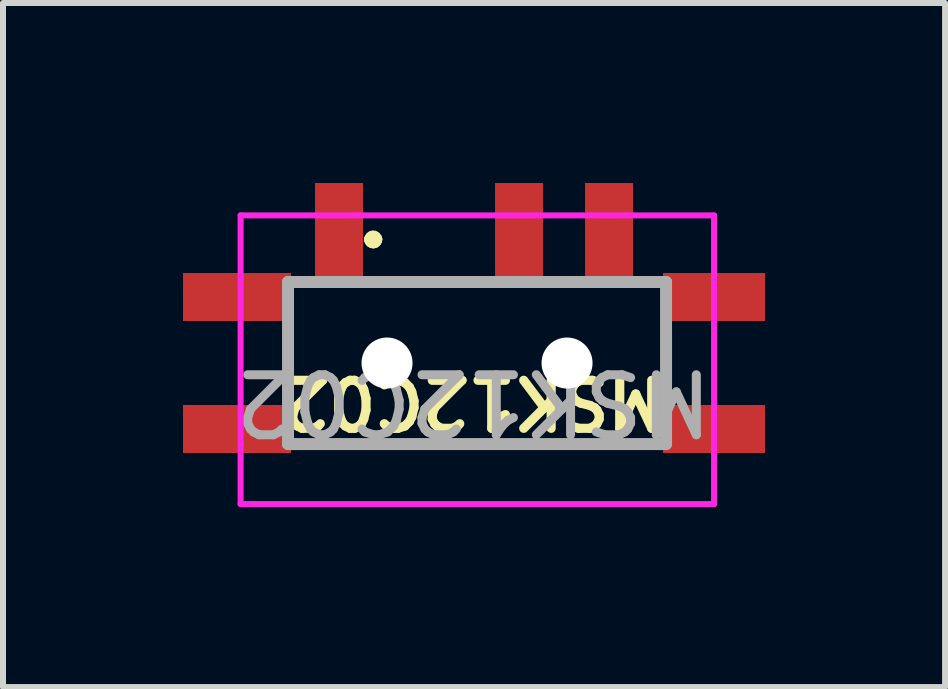
<source format=kicad_pcb>
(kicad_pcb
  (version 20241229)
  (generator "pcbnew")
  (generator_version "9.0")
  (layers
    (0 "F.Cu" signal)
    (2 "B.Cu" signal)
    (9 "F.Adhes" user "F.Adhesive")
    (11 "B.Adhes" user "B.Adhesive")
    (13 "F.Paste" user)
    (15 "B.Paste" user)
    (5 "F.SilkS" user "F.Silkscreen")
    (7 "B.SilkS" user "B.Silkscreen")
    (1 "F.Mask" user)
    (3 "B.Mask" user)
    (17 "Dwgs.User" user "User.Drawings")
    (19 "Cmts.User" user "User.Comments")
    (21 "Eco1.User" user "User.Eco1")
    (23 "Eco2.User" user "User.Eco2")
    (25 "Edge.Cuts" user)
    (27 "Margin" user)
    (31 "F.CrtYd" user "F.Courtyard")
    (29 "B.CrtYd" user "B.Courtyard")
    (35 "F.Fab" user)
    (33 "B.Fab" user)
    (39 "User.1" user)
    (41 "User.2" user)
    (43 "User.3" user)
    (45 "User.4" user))
  (footprint "MSK12C02"
    (layer "F.Cu")
    (at 4.9 3)
    (property "Reference" "MSK12C02" (at -0.06 0.65 180) (unlocked yes) (layer "F.SilkS") (effects (font (size 0.8 0.8) (thickness 0.153))))
    (attr smd)
    (fp_line (start -3.15 -0.25) (end -3.15 -0.25) (stroke (width 0.1) (type solid)) (layer "F.SilkS"))
    (fp_line (start -3.15 -0.25) (end -3.15 0.25) (stroke (width 0.1) (type solid)) (layer "F.SilkS"))
    (fp_line (start -3.15 0.25) (end -3.15 -0.25) (stroke (width 0.1) (type solid)) (layer "F.SilkS"))
    (fp_line (start -3.15 0.25) (end -3.15 0.25) (stroke (width 0.1) (type solid)) (layer "F.SilkS"))
    (fp_line (start -2.5 1.35) (end -2.5 1.35) (stroke (width 0.1) (type solid)) (layer "F.SilkS"))
    (fp_line (start -2.5 1.35) (end 2.5 1.35) (stroke (width 0.1) (type solid)) (layer "F.SilkS"))
    (fp_line (start -1.78 -2.06) (end -1.78 -2.06) (stroke (width 0.2) (type solid)) (layer "F.SilkS"))
    (fp_line (start -1.78 -2.06) (end -1.78 -2.06) (stroke (width 0.2) (type solid)) (layer "F.SilkS"))
    (fp_line (start -1.68 -2.06) (end -1.68 -2.06) (stroke (width 0.2) (type solid)) (layer "F.SilkS"))
    (fp_line (start -1.25 -1.35) (end -1.25 -1.35) (stroke (width 0.1) (type solid)) (layer "F.SilkS"))
    (fp_line (start -1.25 -1.35) (end -0.25 -1.35) (stroke (width 0.1) (type solid)) (layer "F.SilkS"))
    (fp_line (start -0.25 -1.35) (end -1.25 -1.35) (stroke (width 0.1) (type solid)) (layer "F.SilkS"))
    (fp_line (start -0.25 -1.35) (end -0.25 -1.35) (stroke (width 0.1) (type solid)) (layer "F.SilkS"))
    (fp_line (start 2.5 1.35) (end -2.5 1.35) (stroke (width 0.1) (type solid)) (layer "F.SilkS"))
    (fp_line (start 2.5 1.35) (end 2.5 1.35) (stroke (width 0.1) (type solid)) (layer "F.SilkS"))
    (fp_line (start 3.15 -0.25) (end 3.15 -0.25) (stroke (width 0.1) (type solid)) (layer "F.SilkS"))
    (fp_line (start 3.15 -0.25) (end 3.15 0.25) (stroke (width 0.1) (type solid)) (layer "F.SilkS"))
    (fp_line (start 3.15 0.25) (end 3.15 -0.25) (stroke (width 0.1) (type solid)) (layer "F.SilkS"))
    (fp_line (start 3.15 0.25) (end 3.15 0.25) (stroke (width 0.1) (type solid)) (layer "F.SilkS"))
    (fp_arc (start -1.78 -2.06) (mid -1.73 -2.11) (end -1.68 -2.06) (stroke (width 0.2) (type solid)) (layer "F.SilkS"))
    (fp_arc (start -1.68 -2.06) (mid -1.73 -2.01) (end -1.78 -2.06) (stroke (width 0.2) (type solid)) (layer "F.SilkS"))
    (fp_arc (start -1.68 -2.06) (mid -1.73 -2.01) (end -1.78 -2.06) (stroke (width 0.2) (type solid)) (layer "F.SilkS"))
    (fp_line (start -3.94 -2.46) (end 3.95 -2.46) (stroke (width 0.1) (type solid)) (layer "F.CrtYd"))
    (fp_line (start -3.94 2.35) (end -3.94 -2.46) (stroke (width 0.1) (type solid)) (layer "F.CrtYd"))
    (fp_line (start 3.95 -2.46) (end 3.95 2.35) (stroke (width 0.1) (type solid)) (layer "F.CrtYd"))
    (fp_line (start 3.95 2.35) (end -3.94 2.35) (stroke (width 0.1) (type solid)) (layer "F.CrtYd"))
    (fp_line (start -3.15 -1.35) (end -3.15 1.35) (stroke (width 0.2) (type solid)) (layer "F.Fab"))
    (fp_line (start -3.15 1.35) (end 3.15 1.35) (stroke (width 0.2) (type solid)) (layer "F.Fab"))
    (fp_line (start 3.15 -1.35) (end -3.15 -1.35) (stroke (width 0.2) (type solid)) (layer "F.Fab"))
    (fp_line (start 3.15 1.35) (end 3.15 -1.35) (stroke (width 0.2) (type solid)) (layer "F.Fab"))
    (fp_text user "${REFERENCE}" (at -0.06 0.65 180) (unlocked yes) (layer "F.Fab") (effects (font (size 1 1) (thickness 0.15))))
    (pad "" np_thru_hole circle (at -1.5 0) (size 0.85 0.85) (drill 0.85) (layers "*.Cu" "*.Mask"))
    (pad "" np_thru_hole circle (at 1.5 0) (size 0.85 0.85) (drill 0.85) (layers "*.Cu" "*.Mask"))
    (pad "COM" smd rect (at 0.7 -2.2) (size 0.8 1.6) (layers "F.Cu" "F.Mask" "F.Paste"))
    (pad "MP" smd rect (at -4 -1.1 90) (size 0.8 1.8) (layers "F.Cu" "F.Mask" "F.Paste"))
    (pad "MP" smd rect (at -4 1.1 90) (size 0.8 1.8) (layers "F.Cu" "F.Mask" "F.Paste"))
    (pad "MP" smd rect (at 3.95 -1.1 90) (size 0.8 1.7) (layers "F.Cu" "F.Mask" "F.Paste"))
    (pad "MP" smd rect (at 3.95 1.1 90) (size 0.8 1.7) (layers "F.Cu" "F.Mask" "F.Paste"))
    (pad "NC" smd rect (at -2.3 -2.2) (size 0.8 1.6) (layers "F.Cu" "F.Mask" "F.Paste"))
    (pad "NO" smd rect (at 2.2 -2.2) (size 0.8 1.6) (layers "F.Cu" "F.Mask" "F.Paste")))
  (gr_rect
    (start -3 -3)
    (end 12.7 8.4)
    (stroke (width 0.1) (type default))
    (fill no)
    (layer "Edge.Cuts")))
</source>
